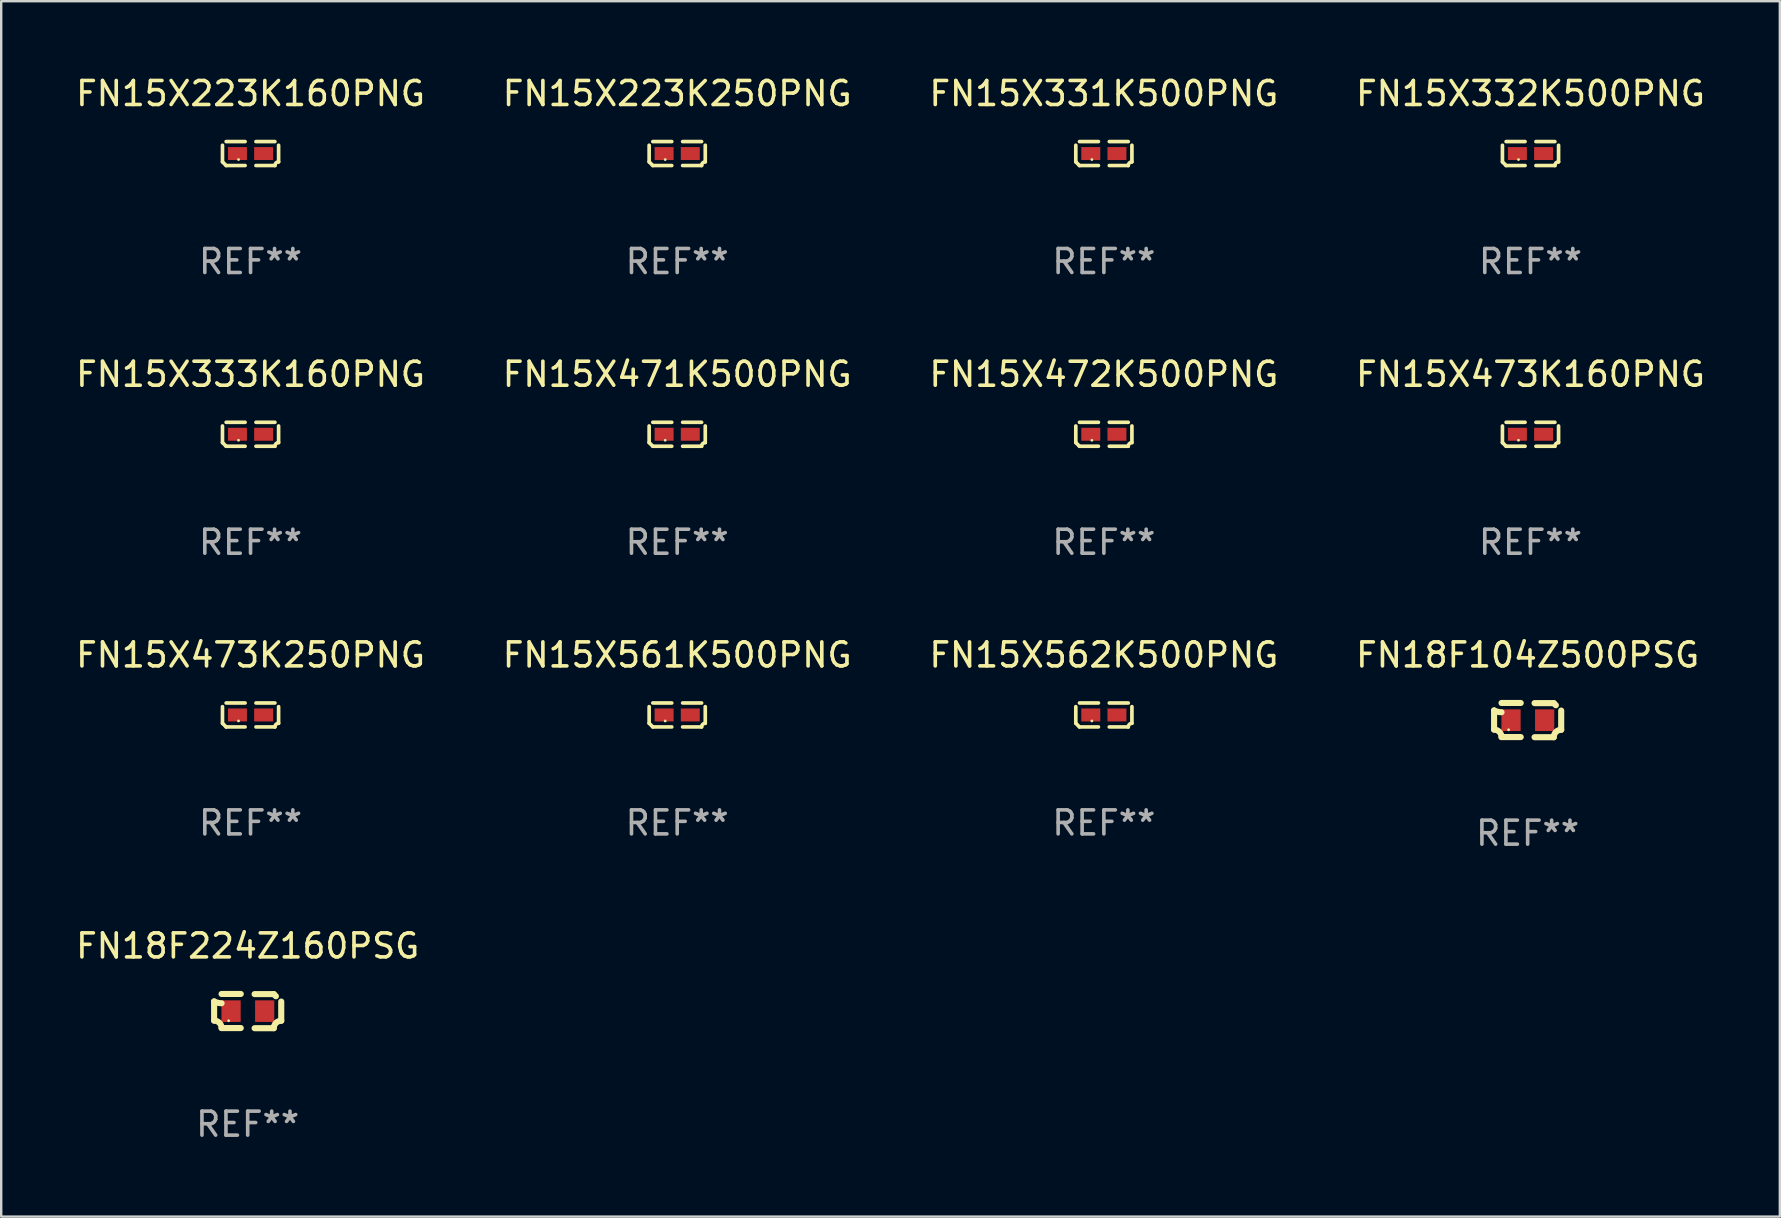
<source format=kicad_pcb>
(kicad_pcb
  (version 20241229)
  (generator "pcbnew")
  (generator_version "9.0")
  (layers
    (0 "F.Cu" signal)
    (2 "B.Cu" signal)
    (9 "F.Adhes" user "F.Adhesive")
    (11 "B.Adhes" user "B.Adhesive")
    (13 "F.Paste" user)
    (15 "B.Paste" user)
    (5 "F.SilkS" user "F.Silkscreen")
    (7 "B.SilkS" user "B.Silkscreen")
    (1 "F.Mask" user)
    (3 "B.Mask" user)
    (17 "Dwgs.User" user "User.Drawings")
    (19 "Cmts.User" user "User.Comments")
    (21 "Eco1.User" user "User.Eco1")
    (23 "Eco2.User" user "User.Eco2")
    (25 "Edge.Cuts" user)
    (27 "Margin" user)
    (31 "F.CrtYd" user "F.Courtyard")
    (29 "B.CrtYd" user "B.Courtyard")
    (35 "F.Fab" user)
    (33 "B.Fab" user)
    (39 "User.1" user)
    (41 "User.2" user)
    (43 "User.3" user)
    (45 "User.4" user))
  (footprint "FN15X472K500PNG"
    (layer "F.Cu")
    (at 42.935 15.041)
    (property "Reference" "FN15X472K500PNG" (at 0 -2.499 0) (layer "F.SilkS") (effects (font (size 1 1) (thickness 0.15))))
    (attr through_hole)
    (fp_line (start -1.169 0.346) (end -1.169 -0.346) (stroke (width 0.152) (type solid)) (layer "F.SilkS"))
    (fp_line (start -1.016 -0.499) (end -0.226 -0.499) (stroke (width 0.152) (type solid)) (layer "F.SilkS"))
    (fp_line (start -0.226 0.499) (end -1.016 0.499) (stroke (width 0.152) (type solid)) (layer "F.SilkS"))
    (fp_line (start 0.226 0.499) (end 1.016 0.499) (stroke (width 0.152) (type solid)) (layer "F.SilkS"))
    (fp_line (start 1.016 -0.499) (end 0.226 -0.499) (stroke (width 0.152) (type solid)) (layer "F.SilkS"))
    (fp_line (start 1.169 0.346) (end 1.169 -0.346) (stroke (width 0.152) (type solid)) (layer "F.SilkS"))
    (fp_arc (start -1.016307 0.498603) (mid -1.092512 0.422405) (end -1.16871 0.3462) (stroke (width 0.1524) (type solid)) (layer "F.SilkS"))
    (fp_arc (start 1.016307 0.498603) (mid 1.060899 0.390758) (end 1.168707 0.346076) (stroke (width 0.1524) (type solid)) (layer "F.SilkS"))
    (fp_circle (center -0.5 0.25) (end -0.47 0.25) (stroke (width 0.06) (type solid)) (fill no) (layer "F.SilkS"))
    (fp_text user "REF**" (at 0 4.499 0) (layer "F.Fab") (effects (font (size 1 1) (thickness 0.15))))
    (pad "1" smd rect (at -0.545 0) (size 0.79 0.54) (layers "F.Cu" "F.Mask" "F.Paste"))
    (pad "2" smd rect (at 0.545 0) (size 0.79 0.54) (layers "F.Cu" "F.Mask" "F.Paste")))
  (footprint "FN15X223K160PNG"
    (layer "F.Cu")
    (at 7.387 3.347)
    (property "Reference" "FN15X223K160PNG" (at 0 -2.499 0) (layer "F.SilkS") (effects (font (size 1 1) (thickness 0.15))))
    (attr through_hole)
    (fp_line (start -1.169 0.346) (end -1.169 -0.346) (stroke (width 0.152) (type solid)) (layer "F.SilkS"))
    (fp_line (start -1.016 -0.499) (end -0.226 -0.499) (stroke (width 0.152) (type solid)) (layer "F.SilkS"))
    (fp_line (start -0.226 0.499) (end -1.016 0.499) (stroke (width 0.152) (type solid)) (layer "F.SilkS"))
    (fp_line (start 0.226 0.499) (end 1.016 0.499) (stroke (width 0.152) (type solid)) (layer "F.SilkS"))
    (fp_line (start 1.016 -0.499) (end 0.226 -0.499) (stroke (width 0.152) (type solid)) (layer "F.SilkS"))
    (fp_line (start 1.169 0.346) (end 1.169 -0.346) (stroke (width 0.152) (type solid)) (layer "F.SilkS"))
    (fp_arc (start -1.016307 0.498603) (mid -1.092512 0.422405) (end -1.16871 0.3462) (stroke (width 0.1524) (type solid)) (layer "F.SilkS"))
    (fp_arc (start 1.016307 0.498603) (mid 1.060899 0.390758) (end 1.168707 0.346076) (stroke (width 0.1524) (type solid)) (layer "F.SilkS"))
    (fp_circle (center -0.5 0.25) (end -0.47 0.25) (stroke (width 0.06) (type solid)) (fill no) (layer "F.SilkS"))
    (fp_text user "REF**" (at 0 4.499 0) (layer "F.Fab") (effects (font (size 1 1) (thickness 0.15))))
    (pad "1" smd rect (at -0.545 0) (size 0.79 0.54) (layers "F.Cu" "F.Mask" "F.Paste"))
    (pad "2" smd rect (at 0.545 0) (size 0.79 0.54) (layers "F.Cu" "F.Mask" "F.Paste")))
  (footprint "FN15X332K500PNG"
    (layer "F.Cu")
    (at 60.708 3.347)
    (property "Reference" "FN15X332K500PNG" (at 0 -2.499 0) (layer "F.SilkS") (effects (font (size 1 1) (thickness 0.15))))
    (attr through_hole)
    (fp_line (start -1.169 0.346) (end -1.169 -0.346) (stroke (width 0.152) (type solid)) (layer "F.SilkS"))
    (fp_line (start -1.016 -0.499) (end -0.226 -0.499) (stroke (width 0.152) (type solid)) (layer "F.SilkS"))
    (fp_line (start -0.226 0.499) (end -1.016 0.499) (stroke (width 0.152) (type solid)) (layer "F.SilkS"))
    (fp_line (start 0.226 0.499) (end 1.016 0.499) (stroke (width 0.152) (type solid)) (layer "F.SilkS"))
    (fp_line (start 1.016 -0.499) (end 0.226 -0.499) (stroke (width 0.152) (type solid)) (layer "F.SilkS"))
    (fp_line (start 1.169 0.346) (end 1.169 -0.346) (stroke (width 0.152) (type solid)) (layer "F.SilkS"))
    (fp_arc (start -1.016307 0.498603) (mid -1.092512 0.422405) (end -1.16871 0.3462) (stroke (width 0.1524) (type solid)) (layer "F.SilkS"))
    (fp_arc (start 1.016307 0.498603) (mid 1.060899 0.390758) (end 1.168707 0.346076) (stroke (width 0.1524) (type solid)) (layer "F.SilkS"))
    (fp_circle (center -0.5 0.25) (end -0.47 0.25) (stroke (width 0.06) (type solid)) (fill no) (layer "F.SilkS"))
    (fp_text user "REF**" (at 0 4.499 0) (layer "F.Fab") (effects (font (size 1 1) (thickness 0.15))))
    (pad "1" smd rect (at -0.545 0) (size 0.79 0.54) (layers "F.Cu" "F.Mask" "F.Paste"))
    (pad "2" smd rect (at 0.545 0) (size 0.79 0.54) (layers "F.Cu" "F.Mask" "F.Paste")))
  (footprint "FN15X562K500PNG"
    (layer "F.Cu")
    (at 42.935 26.734)
    (property "Reference" "FN15X562K500PNG" (at 0 -2.499 0) (layer "F.SilkS") (effects (font (size 1 1) (thickness 0.15))))
    (attr through_hole)
    (fp_line (start -1.169 0.346) (end -1.169 -0.346) (stroke (width 0.152) (type solid)) (layer "F.SilkS"))
    (fp_line (start -1.016 -0.499) (end -0.226 -0.499) (stroke (width 0.152) (type solid)) (layer "F.SilkS"))
    (fp_line (start -0.226 0.499) (end -1.016 0.499) (stroke (width 0.152) (type solid)) (layer "F.SilkS"))
    (fp_line (start 0.226 0.499) (end 1.016 0.499) (stroke (width 0.152) (type solid)) (layer "F.SilkS"))
    (fp_line (start 1.016 -0.499) (end 0.226 -0.499) (stroke (width 0.152) (type solid)) (layer "F.SilkS"))
    (fp_line (start 1.169 0.346) (end 1.169 -0.346) (stroke (width 0.152) (type solid)) (layer "F.SilkS"))
    (fp_arc (start -1.016307 0.498603) (mid -1.092512 0.422405) (end -1.16871 0.3462) (stroke (width 0.1524) (type solid)) (layer "F.SilkS"))
    (fp_arc (start 1.016307 0.498603) (mid 1.060899 0.390758) (end 1.168707 0.346076) (stroke (width 0.1524) (type solid)) (layer "F.SilkS"))
    (fp_circle (center -0.5 0.25) (end -0.47 0.25) (stroke (width 0.06) (type solid)) (fill no) (layer "F.SilkS"))
    (fp_text user "REF**" (at 0 4.499 0) (layer "F.Fab") (effects (font (size 1 1) (thickness 0.15))))
    (pad "1" smd rect (at -0.545 0) (size 0.79 0.54) (layers "F.Cu" "F.Mask" "F.Paste"))
    (pad "2" smd rect (at 0.545 0) (size 0.79 0.54) (layers "F.Cu" "F.Mask" "F.Paste")))
  (footprint "FN15X331K500PNG"
    (layer "F.Cu")
    (at 42.935 3.347)
    (property "Reference" "FN15X331K500PNG" (at 0 -2.499 0) (layer "F.SilkS") (effects (font (size 1 1) (thickness 0.15))))
    (attr through_hole)
    (fp_line (start -1.169 0.346) (end -1.169 -0.346) (stroke (width 0.152) (type solid)) (layer "F.SilkS"))
    (fp_line (start -1.016 -0.499) (end -0.226 -0.499) (stroke (width 0.152) (type solid)) (layer "F.SilkS"))
    (fp_line (start -0.226 0.499) (end -1.016 0.499) (stroke (width 0.152) (type solid)) (layer "F.SilkS"))
    (fp_line (start 0.226 0.499) (end 1.016 0.499) (stroke (width 0.152) (type solid)) (layer "F.SilkS"))
    (fp_line (start 1.016 -0.499) (end 0.226 -0.499) (stroke (width 0.152) (type solid)) (layer "F.SilkS"))
    (fp_line (start 1.169 0.346) (end 1.169 -0.346) (stroke (width 0.152) (type solid)) (layer "F.SilkS"))
    (fp_arc (start -1.016307 0.498603) (mid -1.092512 0.422405) (end -1.16871 0.3462) (stroke (width 0.1524) (type solid)) (layer "F.SilkS"))
    (fp_arc (start 1.016307 0.498603) (mid 1.060899 0.390758) (end 1.168707 0.346076) (stroke (width 0.1524) (type solid)) (layer "F.SilkS"))
    (fp_circle (center -0.5 0.25) (end -0.47 0.25) (stroke (width 0.06) (type solid)) (fill no) (layer "F.SilkS"))
    (fp_text user "REF**" (at 0 4.499 0) (layer "F.Fab") (effects (font (size 1 1) (thickness 0.15))))
    (pad "1" smd rect (at -0.545 0) (size 0.79 0.54) (layers "F.Cu" "F.Mask" "F.Paste"))
    (pad "2" smd rect (at 0.545 0) (size 0.79 0.54) (layers "F.Cu" "F.Mask" "F.Paste")))
  (footprint "FN15X471K500PNG"
    (layer "F.Cu")
    (at 25.161 15.041)
    (property "Reference" "FN15X471K500PNG" (at 0 -2.499 0) (layer "F.SilkS") (effects (font (size 1 1) (thickness 0.15))))
    (attr through_hole)
    (fp_line (start -1.169 0.346) (end -1.169 -0.346) (stroke (width 0.152) (type solid)) (layer "F.SilkS"))
    (fp_line (start -1.016 -0.499) (end -0.226 -0.499) (stroke (width 0.152) (type solid)) (layer "F.SilkS"))
    (fp_line (start -0.226 0.499) (end -1.016 0.499) (stroke (width 0.152) (type solid)) (layer "F.SilkS"))
    (fp_line (start 0.226 0.499) (end 1.016 0.499) (stroke (width 0.152) (type solid)) (layer "F.SilkS"))
    (fp_line (start 1.016 -0.499) (end 0.226 -0.499) (stroke (width 0.152) (type solid)) (layer "F.SilkS"))
    (fp_line (start 1.169 0.346) (end 1.169 -0.346) (stroke (width 0.152) (type solid)) (layer "F.SilkS"))
    (fp_arc (start -1.016307 0.498603) (mid -1.092512 0.422405) (end -1.16871 0.3462) (stroke (width 0.1524) (type solid)) (layer "F.SilkS"))
    (fp_arc (start 1.016307 0.498603) (mid 1.060899 0.390758) (end 1.168707 0.346076) (stroke (width 0.1524) (type solid)) (layer "F.SilkS"))
    (fp_circle (center -0.5 0.25) (end -0.47 0.25) (stroke (width 0.06) (type solid)) (fill no) (layer "F.SilkS"))
    (fp_text user "REF**" (at 0 4.499 0) (layer "F.Fab") (effects (font (size 1 1) (thickness 0.15))))
    (pad "1" smd rect (at -0.545 0) (size 0.79 0.54) (layers "F.Cu" "F.Mask" "F.Paste"))
    (pad "2" smd rect (at 0.545 0) (size 0.79 0.54) (layers "F.Cu" "F.Mask" "F.Paste")))
  (footprint "FN15X473K160PNG"
    (layer "F.Cu")
    (at 60.708 15.041)
    (property "Reference" "FN15X473K160PNG" (at 0 -2.499 0) (layer "F.SilkS") (effects (font (size 1 1) (thickness 0.15))))
    (attr through_hole)
    (fp_line (start -1.169 0.346) (end -1.169 -0.346) (stroke (width 0.152) (type solid)) (layer "F.SilkS"))
    (fp_line (start -1.016 -0.499) (end -0.226 -0.499) (stroke (width 0.152) (type solid)) (layer "F.SilkS"))
    (fp_line (start -0.226 0.499) (end -1.016 0.499) (stroke (width 0.152) (type solid)) (layer "F.SilkS"))
    (fp_line (start 0.226 0.499) (end 1.016 0.499) (stroke (width 0.152) (type solid)) (layer "F.SilkS"))
    (fp_line (start 1.016 -0.499) (end 0.226 -0.499) (stroke (width 0.152) (type solid)) (layer "F.SilkS"))
    (fp_line (start 1.169 0.346) (end 1.169 -0.346) (stroke (width 0.152) (type solid)) (layer "F.SilkS"))
    (fp_arc (start -1.016307 0.498603) (mid -1.092512 0.422405) (end -1.16871 0.3462) (stroke (width 0.1524) (type solid)) (layer "F.SilkS"))
    (fp_arc (start 1.016307 0.498603) (mid 1.060899 0.390758) (end 1.168707 0.346076) (stroke (width 0.1524) (type solid)) (layer "F.SilkS"))
    (fp_circle (center -0.5 0.25) (end -0.47 0.25) (stroke (width 0.06) (type solid)) (fill no) (layer "F.SilkS"))
    (fp_text user "REF**" (at 0 4.499 0) (layer "F.Fab") (effects (font (size 1 1) (thickness 0.15))))
    (pad "1" smd rect (at -0.545 0) (size 0.79 0.54) (layers "F.Cu" "F.Mask" "F.Paste"))
    (pad "2" smd rect (at 0.545 0) (size 0.79 0.54) (layers "F.Cu" "F.Mask" "F.Paste")))
  (footprint "FN15X561K500PNG"
    (layer "F.Cu")
    (at 25.161 26.734)
    (property "Reference" "FN15X561K500PNG" (at 0 -2.499 0) (layer "F.SilkS") (effects (font (size 1 1) (thickness 0.15))))
    (attr through_hole)
    (fp_line (start -1.169 0.346) (end -1.169 -0.346) (stroke (width 0.152) (type solid)) (layer "F.SilkS"))
    (fp_line (start -1.016 -0.499) (end -0.226 -0.499) (stroke (width 0.152) (type solid)) (layer "F.SilkS"))
    (fp_line (start -0.226 0.499) (end -1.016 0.499) (stroke (width 0.152) (type solid)) (layer "F.SilkS"))
    (fp_line (start 0.226 0.499) (end 1.016 0.499) (stroke (width 0.152) (type solid)) (layer "F.SilkS"))
    (fp_line (start 1.016 -0.499) (end 0.226 -0.499) (stroke (width 0.152) (type solid)) (layer "F.SilkS"))
    (fp_line (start 1.169 0.346) (end 1.169 -0.346) (stroke (width 0.152) (type solid)) (layer "F.SilkS"))
    (fp_arc (start -1.016307 0.498603) (mid -1.092512 0.422405) (end -1.16871 0.3462) (stroke (width 0.1524) (type solid)) (layer "F.SilkS"))
    (fp_arc (start 1.016307 0.498603) (mid 1.060899 0.390758) (end 1.168707 0.346076) (stroke (width 0.1524) (type solid)) (layer "F.SilkS"))
    (fp_circle (center -0.5 0.25) (end -0.47 0.25) (stroke (width 0.06) (type solid)) (fill no) (layer "F.SilkS"))
    (fp_text user "REF**" (at 0 4.499 0) (layer "F.Fab") (effects (font (size 1 1) (thickness 0.15))))
    (pad "1" smd rect (at -0.545 0) (size 0.79 0.54) (layers "F.Cu" "F.Mask" "F.Paste"))
    (pad "2" smd rect (at 0.545 0) (size 0.79 0.54) (layers "F.Cu" "F.Mask" "F.Paste")))
  (footprint "FN15X333K160PNG"
    (layer "F.Cu")
    (at 7.387 15.041)
    (property "Reference" "FN15X333K160PNG" (at 0 -2.499 0) (layer "F.SilkS") (effects (font (size 1 1) (thickness 0.15))))
    (attr through_hole)
    (fp_line (start -1.169 0.346) (end -1.169 -0.346) (stroke (width 0.152) (type solid)) (layer "F.SilkS"))
    (fp_line (start -1.016 -0.499) (end -0.226 -0.499) (stroke (width 0.152) (type solid)) (layer "F.SilkS"))
    (fp_line (start -0.226 0.499) (end -1.016 0.499) (stroke (width 0.152) (type solid)) (layer "F.SilkS"))
    (fp_line (start 0.226 0.499) (end 1.016 0.499) (stroke (width 0.152) (type solid)) (layer "F.SilkS"))
    (fp_line (start 1.016 -0.499) (end 0.226 -0.499) (stroke (width 0.152) (type solid)) (layer "F.SilkS"))
    (fp_line (start 1.169 0.346) (end 1.169 -0.346) (stroke (width 0.152) (type solid)) (layer "F.SilkS"))
    (fp_arc (start -1.016307 0.498603) (mid -1.092512 0.422405) (end -1.16871 0.3462) (stroke (width 0.1524) (type solid)) (layer "F.SilkS"))
    (fp_arc (start 1.016307 0.498603) (mid 1.060899 0.390758) (end 1.168707 0.346076) (stroke (width 0.1524) (type solid)) (layer "F.SilkS"))
    (fp_circle (center -0.5 0.25) (end -0.47 0.25) (stroke (width 0.06) (type solid)) (fill no) (layer "F.SilkS"))
    (fp_text user "REF**" (at 0 4.499 0) (layer "F.Fab") (effects (font (size 1 1) (thickness 0.15))))
    (pad "1" smd rect (at -0.545 0) (size 0.79 0.54) (layers "F.Cu" "F.Mask" "F.Paste"))
    (pad "2" smd rect (at 0.545 0) (size 0.79 0.54) (layers "F.Cu" "F.Mask" "F.Paste")))
  (footprint "FN18F224Z160PSG"
    (layer "F.Cu")
    (at 7.268 39.07)
    (property "Reference" "FN18F224Z160PSG" (at 0 -2.713 0) (layer "F.SilkS") (effects (font (size 1 1) (thickness 0.15))))
    (attr through_hole)
    (fp_line (start -1.398 -0.403) (end -1.398 0.397) (stroke (width 0.254) (type solid)) (layer "F.SilkS"))
    (fp_line (start -0.288 -0.713) (end -1.088 -0.713) (stroke (width 0.254) (type solid)) (layer "F.SilkS"))
    (fp_line (start -0.288 0.707) (end -1.088 0.707) (stroke (width 0.254) (type solid)) (layer "F.SilkS"))
    (fp_line (start 0.288 -0.707) (end 1.088 -0.707) (stroke (width 0.254) (type solid)) (layer "F.SilkS"))
    (fp_line (start 0.288 0.713) (end 1.088 0.713) (stroke (width 0.254) (type solid)) (layer "F.SilkS"))
    (fp_line (start 1.398 -0.397) (end 1.398 0.403) (stroke (width 0.254) (type solid)) (layer "F.SilkS"))
    (fp_arc (start -1.397789 0.397066) (mid -1.178701 0.487826) (end -1.08796 0.706922) (stroke (width 0.254001) (type solid)) (layer "F.SilkS"))
    (fp_arc (start -1.08796 -0.327176) (mid -1.247436 -0.346384) (end -1.39779 -0.402908) (stroke (width 0.254001) (type solid)) (layer "F.SilkS"))
    (fp_arc (start 1.087909 0.712738) (mid 1.178656 0.493655) (end 1.397739 0.402908) (stroke (width 0.254001) (type solid)) (layer "F.SilkS"))
    (fp_arc (start 1.175925 -0.618926) (mid 1.131917 -0.662923) (end 1.08791 -0.706922) (stroke (width 0.254001) (type solid)) (layer "F.SilkS"))
    (fp_circle (center -0.792 0.403) (end -0.762 0.403) (stroke (width 0.06) (type solid)) (fill no) (layer "F.SilkS"))
    (fp_text user "REF**" (at 0 4.713 0) (layer "F.Fab") (effects (font (size 1 1) (thickness 0.15))))
    (pad "1" smd rect (at -0.692 0.003) (size 0.8 0.9) (layers "F.Cu" "F.Mask" "F.Paste"))
    (pad "2" smd rect (at 0.708 0.003) (size 0.8 0.9) (layers "F.Cu" "F.Mask" "F.Paste")))
  (footprint "FN15X473K250PNG"
    (layer "F.Cu")
    (at 7.387 26.734)
    (property "Reference" "FN15X473K250PNG" (at 0 -2.499 0) (layer "F.SilkS") (effects (font (size 1 1) (thickness 0.15))))
    (attr through_hole)
    (fp_line (start -1.169 0.346) (end -1.169 -0.346) (stroke (width 0.152) (type solid)) (layer "F.SilkS"))
    (fp_line (start -1.016 -0.499) (end -0.226 -0.499) (stroke (width 0.152) (type solid)) (layer "F.SilkS"))
    (fp_line (start -0.226 0.499) (end -1.016 0.499) (stroke (width 0.152) (type solid)) (layer "F.SilkS"))
    (fp_line (start 0.226 0.499) (end 1.016 0.499) (stroke (width 0.152) (type solid)) (layer "F.SilkS"))
    (fp_line (start 1.016 -0.499) (end 0.226 -0.499) (stroke (width 0.152) (type solid)) (layer "F.SilkS"))
    (fp_line (start 1.169 0.346) (end 1.169 -0.346) (stroke (width 0.152) (type solid)) (layer "F.SilkS"))
    (fp_arc (start -1.016307 0.498603) (mid -1.092512 0.422405) (end -1.16871 0.3462) (stroke (width 0.1524) (type solid)) (layer "F.SilkS"))
    (fp_arc (start 1.016307 0.498603) (mid 1.060899 0.390758) (end 1.168707 0.346076) (stroke (width 0.1524) (type solid)) (layer "F.SilkS"))
    (fp_circle (center -0.5 0.25) (end -0.47 0.25) (stroke (width 0.06) (type solid)) (fill no) (layer "F.SilkS"))
    (fp_text user "REF**" (at 0 4.499 0) (layer "F.Fab") (effects (font (size 1 1) (thickness 0.15))))
    (pad "1" smd rect (at -0.545 0) (size 0.79 0.54) (layers "F.Cu" "F.Mask" "F.Paste"))
    (pad "2" smd rect (at 0.545 0) (size 0.79 0.54) (layers "F.Cu" "F.Mask" "F.Paste")))
  (footprint "FN15X223K250PNG"
    (layer "F.Cu")
    (at 25.161 3.347)
    (property "Reference" "FN15X223K250PNG" (at 0 -2.499 0) (layer "F.SilkS") (effects (font (size 1 1) (thickness 0.15))))
    (attr through_hole)
    (fp_line (start -1.169 0.346) (end -1.169 -0.346) (stroke (width 0.152) (type solid)) (layer "F.SilkS"))
    (fp_line (start -1.016 -0.499) (end -0.226 -0.499) (stroke (width 0.152) (type solid)) (layer "F.SilkS"))
    (fp_line (start -0.226 0.499) (end -1.016 0.499) (stroke (width 0.152) (type solid)) (layer "F.SilkS"))
    (fp_line (start 0.226 0.499) (end 1.016 0.499) (stroke (width 0.152) (type solid)) (layer "F.SilkS"))
    (fp_line (start 1.016 -0.499) (end 0.226 -0.499) (stroke (width 0.152) (type solid)) (layer "F.SilkS"))
    (fp_line (start 1.169 0.346) (end 1.169 -0.346) (stroke (width 0.152) (type solid)) (layer "F.SilkS"))
    (fp_arc (start -1.016307 0.498603) (mid -1.092512 0.422405) (end -1.16871 0.3462) (stroke (width 0.1524) (type solid)) (layer "F.SilkS"))
    (fp_arc (start 1.016307 0.498603) (mid 1.060899 0.390758) (end 1.168707 0.346076) (stroke (width 0.1524) (type solid)) (layer "F.SilkS"))
    (fp_circle (center -0.5 0.25) (end -0.47 0.25) (stroke (width 0.06) (type solid)) (fill no) (layer "F.SilkS"))
    (fp_text user "REF**" (at 0 4.499 0) (layer "F.Fab") (effects (font (size 1 1) (thickness 0.15))))
    (pad "1" smd rect (at -0.545 0) (size 0.79 0.54) (layers "F.Cu" "F.Mask" "F.Paste"))
    (pad "2" smd rect (at 0.545 0) (size 0.79 0.54) (layers "F.Cu" "F.Mask" "F.Paste")))
  (footprint "FN18F104Z500PSG"
    (layer "F.Cu")
    (at 60.589 26.948)
    (property "Reference" "FN18F104Z500PSG" (at 0 -2.713 0) (layer "F.SilkS") (effects (font (size 1 1) (thickness 0.15))))
    (attr through_hole)
    (fp_line (start -1.398 -0.403) (end -1.398 0.397) (stroke (width 0.254) (type solid)) (layer "F.SilkS"))
    (fp_line (start -0.288 -0.713) (end -1.088 -0.713) (stroke (width 0.254) (type solid)) (layer "F.SilkS"))
    (fp_line (start -0.288 0.707) (end -1.088 0.707) (stroke (width 0.254) (type solid)) (layer "F.SilkS"))
    (fp_line (start 0.288 -0.707) (end 1.088 -0.707) (stroke (width 0.254) (type solid)) (layer "F.SilkS"))
    (fp_line (start 0.288 0.713) (end 1.088 0.713) (stroke (width 0.254) (type solid)) (layer "F.SilkS"))
    (fp_line (start 1.398 -0.397) (end 1.398 0.403) (stroke (width 0.254) (type solid)) (layer "F.SilkS"))
    (fp_arc (start -1.397789 0.397066) (mid -1.178701 0.487826) (end -1.08796 0.706922) (stroke (width 0.254001) (type solid)) (layer "F.SilkS"))
    (fp_arc (start -1.08796 -0.327176) (mid -1.247436 -0.346384) (end -1.39779 -0.402908) (stroke (width 0.254001) (type solid)) (layer "F.SilkS"))
    (fp_arc (start 1.087909 0.712738) (mid 1.178656 0.493655) (end 1.397739 0.402908) (stroke (width 0.254001) (type solid)) (layer "F.SilkS"))
    (fp_arc (start 1.175925 -0.618926) (mid 1.131917 -0.662923) (end 1.08791 -0.706922) (stroke (width 0.254001) (type solid)) (layer "F.SilkS"))
    (fp_circle (center -0.792 0.403) (end -0.762 0.403) (stroke (width 0.06) (type solid)) (fill no) (layer "F.SilkS"))
    (fp_text user "REF**" (at 0 4.713 0) (layer "F.Fab") (effects (font (size 1 1) (thickness 0.15))))
    (pad "1" smd rect (at -0.692 0.003) (size 0.8 0.9) (layers "F.Cu" "F.Mask" "F.Paste"))
    (pad "2" smd rect (at 0.708 0.003) (size 0.8 0.9) (layers "F.Cu" "F.Mask" "F.Paste")))
  (gr_rect
    (start -3 -3)
    (end 71.095 47.631)
    (stroke (width 0.1) (type default))
    (fill no)
    (layer "Edge.Cuts")))
</source>
